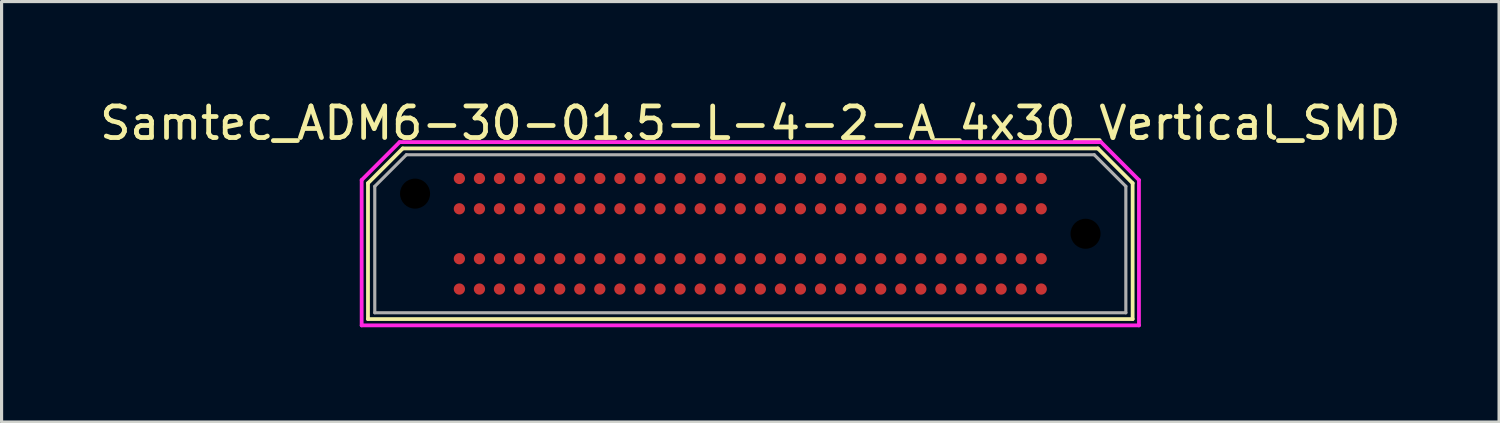
<source format=kicad_pcb>
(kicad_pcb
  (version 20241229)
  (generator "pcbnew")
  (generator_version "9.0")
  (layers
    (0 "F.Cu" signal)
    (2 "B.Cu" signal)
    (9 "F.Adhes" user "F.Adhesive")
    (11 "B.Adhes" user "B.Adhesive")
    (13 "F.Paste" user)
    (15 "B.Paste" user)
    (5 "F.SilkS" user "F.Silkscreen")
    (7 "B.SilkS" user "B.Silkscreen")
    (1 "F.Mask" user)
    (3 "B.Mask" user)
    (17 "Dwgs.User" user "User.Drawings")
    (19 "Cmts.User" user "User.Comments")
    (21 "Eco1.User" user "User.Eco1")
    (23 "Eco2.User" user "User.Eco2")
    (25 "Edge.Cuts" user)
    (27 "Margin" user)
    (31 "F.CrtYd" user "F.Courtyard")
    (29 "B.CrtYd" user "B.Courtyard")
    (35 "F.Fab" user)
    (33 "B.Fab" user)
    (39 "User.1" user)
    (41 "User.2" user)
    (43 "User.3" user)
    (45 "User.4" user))
  (footprint "Samtec_ADM6-30-01.5-L-4-2-A_4x30_Vertical_SMD"
    (layer "F.Cu")
    (at 20.696 4.348)
    (property "Reference" "Samtec_ADM6-30-01.5-L-4-2-A_4x30_Vertical_SMD" (at 0 -3.5 0) (unlocked yes) (layer "F.SilkS") (effects (font (size 1 1) (thickness 0.15))))
    (fp_line (start -12.1 -1.6) (end -12.1 2.7) (stroke (width 0.12) (type solid)) (layer "F.SilkS"))
    (fp_line (start -12.1 2.7) (end 12.1 2.7) (stroke (width 0.12) (type solid)) (layer "F.SilkS"))
    (fp_line (start -11 -2.7) (end -12.1 -1.6) (stroke (width 0.12) (type solid)) (layer "F.SilkS"))
    (fp_line (start 11 -2.7) (end -11 -2.7) (stroke (width 0.12) (type solid)) (layer "F.SilkS"))
    (fp_line (start 12.1 -1.6) (end 11 -2.7) (stroke (width 0.12) (type solid)) (layer "F.SilkS"))
    (fp_line (start 12.1 2.7) (end 12.1 -1.6) (stroke (width 0.12) (type solid)) (layer "F.SilkS"))
    (fp_line (start -12.3 -1.7) (end -11.1 -2.9) (stroke (width 0.12) (type solid)) (layer "F.CrtYd"))
    (fp_line (start -12.3 2.9) (end -12.3 -1.7) (stroke (width 0.12) (type solid)) (layer "F.CrtYd"))
    (fp_line (start -11.1 -2.9) (end 11.1 -2.9) (stroke (width 0.12) (type solid)) (layer "F.CrtYd"))
    (fp_line (start 11.1 -2.9) (end 12.3 -1.7) (stroke (width 0.12) (type solid)) (layer "F.CrtYd"))
    (fp_line (start 12.3 -1.7) (end 12.3 2.9) (stroke (width 0.12) (type solid)) (layer "F.CrtYd"))
    (fp_line (start 12.3 2.9) (end -12.3 2.9) (stroke (width 0.12) (type solid)) (layer "F.CrtYd"))
    (fp_line (start -11.885 2.5) (end -11.885 -1.5) (stroke (width 0.1) (type solid)) (layer "F.Fab"))
    (fp_line (start -11.885 2.5) (end 11.885 2.5) (stroke (width 0.1) (type solid)) (layer "F.Fab"))
    (fp_line (start -10.885 -2.5) (end -11.885 -1.5) (stroke (width 0.1) (type solid)) (layer "F.Fab"))
    (fp_line (start -10.885 -2.5) (end 10.885 -2.5) (stroke (width 0.1) (type solid)) (layer "F.Fab"))
    (fp_line (start 10.885 -2.5) (end 11.885 -1.5) (stroke (width 0.1) (type solid)) (layer "F.Fab"))
    (fp_line (start 11.885 2.5) (end 11.885 -1.5) (stroke (width 0.1) (type solid)) (layer "F.Fab"))
    (pad "" np_thru_hole circle (at -10.61 -1.27) (size 1.05 1.05) (drill 0.95) (layers "*.Mask"))
    (pad "" np_thru_hole circle (at 10.61 0) (size 1.05 1.05) (drill 0.95) (layers "*.Mask"))
    (pad "A1" smd circle (at 9.207 -1.75) (size 0.356 0.356) (layers "F.Cu" "F.Mask" "F.Paste"))
    (pad "A2" smd circle (at 8.572 -1.75) (size 0.356 0.356) (layers "F.Cu" "F.Mask" "F.Paste"))
    (pad "A3" smd circle (at 7.938 -1.75) (size 0.356 0.356) (layers "F.Cu" "F.Mask" "F.Paste"))
    (pad "A4" smd circle (at 7.303 -1.75) (size 0.356 0.356) (layers "F.Cu" "F.Mask" "F.Paste"))
    (pad "A5" smd circle (at 6.668 -1.75) (size 0.356 0.356) (layers "F.Cu" "F.Mask" "F.Paste"))
    (pad "A6" smd circle (at 6.032 -1.75) (size 0.356 0.356) (layers "F.Cu" "F.Mask" "F.Paste"))
    (pad "A7" smd circle (at 5.397 -1.75) (size 0.356 0.356) (layers "F.Cu" "F.Mask" "F.Paste"))
    (pad "A8" smd circle (at 4.763 -1.75) (size 0.356 0.356) (layers "F.Cu" "F.Mask" "F.Paste"))
    (pad "A9" smd circle (at 4.128 -1.75) (size 0.356 0.356) (layers "F.Cu" "F.Mask" "F.Paste"))
    (pad "A10" smd circle (at 3.493 -1.75) (size 0.356 0.356) (layers "F.Cu" "F.Mask" "F.Paste"))
    (pad "A11" smd circle (at 2.857 -1.75) (size 0.356 0.356) (layers "F.Cu" "F.Mask" "F.Paste"))
    (pad "A12" smd circle (at 2.223 -1.75) (size 0.356 0.356) (layers "F.Cu" "F.Mask" "F.Paste"))
    (pad "A13" smd circle (at 1.587 -1.75) (size 0.356 0.356) (layers "F.Cu" "F.Mask" "F.Paste"))
    (pad "A14" smd circle (at 0.953 -1.75) (size 0.356 0.356) (layers "F.Cu" "F.Mask" "F.Paste"))
    (pad "A15" smd circle (at 0.318 -1.75) (size 0.356 0.356) (layers "F.Cu" "F.Mask" "F.Paste"))
    (pad "A16" smd circle (at -0.318 -1.75) (size 0.356 0.356) (layers "F.Cu" "F.Mask" "F.Paste"))
    (pad "A17" smd circle (at -0.953 -1.75) (size 0.356 0.356) (layers "F.Cu" "F.Mask" "F.Paste"))
    (pad "A18" smd circle (at -1.587 -1.75) (size 0.356 0.356) (layers "F.Cu" "F.Mask" "F.Paste"))
    (pad "A19" smd circle (at -2.223 -1.75) (size 0.356 0.356) (layers "F.Cu" "F.Mask" "F.Paste"))
    (pad "A20" smd circle (at -2.857 -1.75) (size 0.356 0.356) (layers "F.Cu" "F.Mask" "F.Paste"))
    (pad "A21" smd circle (at -3.493 -1.75) (size 0.356 0.356) (layers "F.Cu" "F.Mask" "F.Paste"))
    (pad "A22" smd circle (at -4.128 -1.75) (size 0.356 0.356) (layers "F.Cu" "F.Mask" "F.Paste"))
    (pad "A23" smd circle (at -4.763 -1.75) (size 0.356 0.356) (layers "F.Cu" "F.Mask" "F.Paste"))
    (pad "A24" smd circle (at -5.397 -1.75) (size 0.356 0.356) (layers "F.Cu" "F.Mask" "F.Paste"))
    (pad "A25" smd circle (at -6.032 -1.75) (size 0.356 0.356) (layers "F.Cu" "F.Mask" "F.Paste"))
    (pad "A26" smd circle (at -6.668 -1.75) (size 0.356 0.356) (layers "F.Cu" "F.Mask" "F.Paste"))
    (pad "A27" smd circle (at -7.303 -1.75) (size 0.356 0.356) (layers "F.Cu" "F.Mask" "F.Paste"))
    (pad "A28" smd circle (at -7.938 -1.75) (size 0.356 0.356) (layers "F.Cu" "F.Mask" "F.Paste"))
    (pad "A29" smd circle (at -8.572 -1.75) (size 0.356 0.356) (layers "F.Cu" "F.Mask" "F.Paste"))
    (pad "A30" smd circle (at -9.207 -1.75) (size 0.356 0.356) (layers "F.Cu" "F.Mask" "F.Paste"))
    (pad "B1" smd circle (at 9.207 -0.79) (size 0.356 0.356) (layers "F.Cu" "F.Mask" "F.Paste"))
    (pad "B2" smd circle (at 8.572 -0.79) (size 0.356 0.356) (layers "F.Cu" "F.Mask" "F.Paste"))
    (pad "B3" smd circle (at 7.938 -0.79) (size 0.356 0.356) (layers "F.Cu" "F.Mask" "F.Paste"))
    (pad "B4" smd circle (at 7.303 -0.79) (size 0.356 0.356) (layers "F.Cu" "F.Mask" "F.Paste"))
    (pad "B5" smd circle (at 6.668 -0.79) (size 0.356 0.356) (layers "F.Cu" "F.Mask" "F.Paste"))
    (pad "B6" smd circle (at 6.032 -0.79) (size 0.356 0.356) (layers "F.Cu" "F.Mask" "F.Paste"))
    (pad "B7" smd circle (at 5.397 -0.79) (size 0.356 0.356) (layers "F.Cu" "F.Mask" "F.Paste"))
    (pad "B8" smd circle (at 4.763 -0.79) (size 0.356 0.356) (layers "F.Cu" "F.Mask" "F.Paste"))
    (pad "B9" smd circle (at 4.128 -0.79) (size 0.356 0.356) (layers "F.Cu" "F.Mask" "F.Paste"))
    (pad "B10" smd circle (at 3.493 -0.79) (size 0.356 0.356) (layers "F.Cu" "F.Mask" "F.Paste"))
    (pad "B11" smd circle (at 2.857 -0.79) (size 0.356 0.356) (layers "F.Cu" "F.Mask" "F.Paste"))
    (pad "B12" smd circle (at 2.223 -0.79) (size 0.356 0.356) (layers "F.Cu" "F.Mask" "F.Paste"))
    (pad "B13" smd circle (at 1.587 -0.79) (size 0.356 0.356) (layers "F.Cu" "F.Mask" "F.Paste"))
    (pad "B14" smd circle (at 0.953 -0.79) (size 0.356 0.356) (layers "F.Cu" "F.Mask" "F.Paste"))
    (pad "B15" smd circle (at 0.318 -0.79) (size 0.356 0.356) (layers "F.Cu" "F.Mask" "F.Paste"))
    (pad "B16" smd circle (at -0.318 -0.79) (size 0.356 0.356) (layers "F.Cu" "F.Mask" "F.Paste"))
    (pad "B17" smd circle (at -0.953 -0.79) (size 0.356 0.356) (layers "F.Cu" "F.Mask" "F.Paste"))
    (pad "B18" smd circle (at -1.587 -0.79) (size 0.356 0.356) (layers "F.Cu" "F.Mask" "F.Paste"))
    (pad "B19" smd circle (at -2.223 -0.79) (size 0.356 0.356) (layers "F.Cu" "F.Mask" "F.Paste"))
    (pad "B20" smd circle (at -2.857 -0.79) (size 0.356 0.356) (layers "F.Cu" "F.Mask" "F.Paste"))
    (pad "B21" smd circle (at -3.493 -0.79) (size 0.356 0.356) (layers "F.Cu" "F.Mask" "F.Paste"))
    (pad "B22" smd circle (at -4.128 -0.79) (size 0.356 0.356) (layers "F.Cu" "F.Mask" "F.Paste"))
    (pad "B23" smd circle (at -4.763 -0.79) (size 0.356 0.356) (layers "F.Cu" "F.Mask" "F.Paste"))
    (pad "B24" smd circle (at -5.397 -0.79) (size 0.356 0.356) (layers "F.Cu" "F.Mask" "F.Paste"))
    (pad "B25" smd circle (at -6.032 -0.79) (size 0.356 0.356) (layers "F.Cu" "F.Mask" "F.Paste"))
    (pad "B26" smd circle (at -6.668 -0.79) (size 0.356 0.356) (layers "F.Cu" "F.Mask" "F.Paste"))
    (pad "B27" smd circle (at -7.303 -0.79) (size 0.356 0.356) (layers "F.Cu" "F.Mask" "F.Paste"))
    (pad "B28" smd circle (at -7.938 -0.79) (size 0.356 0.356) (layers "F.Cu" "F.Mask" "F.Paste"))
    (pad "B29" smd circle (at -8.572 -0.79) (size 0.356 0.356) (layers "F.Cu" "F.Mask" "F.Paste"))
    (pad "B30" smd circle (at -9.207 -0.79) (size 0.356 0.356) (layers "F.Cu" "F.Mask" "F.Paste"))
    (pad "C1" smd circle (at 9.207 0.79) (size 0.356 0.356) (layers "F.Cu" "F.Mask" "F.Paste"))
    (pad "C2" smd circle (at 8.572 0.79) (size 0.356 0.356) (layers "F.Cu" "F.Mask" "F.Paste"))
    (pad "C3" smd circle (at 7.938 0.79) (size 0.356 0.356) (layers "F.Cu" "F.Mask" "F.Paste"))
    (pad "C4" smd circle (at 7.303 0.79) (size 0.356 0.356) (layers "F.Cu" "F.Mask" "F.Paste"))
    (pad "C5" smd circle (at 6.668 0.79) (size 0.356 0.356) (layers "F.Cu" "F.Mask" "F.Paste"))
    (pad "C6" smd circle (at 6.032 0.79) (size 0.356 0.356) (layers "F.Cu" "F.Mask" "F.Paste"))
    (pad "C7" smd circle (at 5.397 0.79) (size 0.356 0.356) (layers "F.Cu" "F.Mask" "F.Paste"))
    (pad "C8" smd circle (at 4.763 0.79) (size 0.356 0.356) (layers "F.Cu" "F.Mask" "F.Paste"))
    (pad "C9" smd circle (at 4.128 0.79) (size 0.356 0.356) (layers "F.Cu" "F.Mask" "F.Paste"))
    (pad "C10" smd circle (at 3.493 0.79) (size 0.356 0.356) (layers "F.Cu" "F.Mask" "F.Paste"))
    (pad "C11" smd circle (at 2.857 0.79) (size 0.356 0.356) (layers "F.Cu" "F.Mask" "F.Paste"))
    (pad "C12" smd circle (at 2.223 0.79) (size 0.356 0.356) (layers "F.Cu" "F.Mask" "F.Paste"))
    (pad "C13" smd circle (at 1.587 0.79) (size 0.356 0.356) (layers "F.Cu" "F.Mask" "F.Paste"))
    (pad "C14" smd circle (at 0.953 0.79) (size 0.356 0.356) (layers "F.Cu" "F.Mask" "F.Paste"))
    (pad "C15" smd circle (at 0.318 0.79) (size 0.356 0.356) (layers "F.Cu" "F.Mask" "F.Paste"))
    (pad "C16" smd circle (at -0.318 0.79) (size 0.356 0.356) (layers "F.Cu" "F.Mask" "F.Paste"))
    (pad "C17" smd circle (at -0.953 0.79) (size 0.356 0.356) (layers "F.Cu" "F.Mask" "F.Paste"))
    (pad "C18" smd circle (at -1.587 0.79) (size 0.356 0.356) (layers "F.Cu" "F.Mask" "F.Paste"))
    (pad "C19" smd circle (at -2.223 0.79) (size 0.356 0.356) (layers "F.Cu" "F.Mask" "F.Paste"))
    (pad "C20" smd circle (at -2.857 0.79) (size 0.356 0.356) (layers "F.Cu" "F.Mask" "F.Paste"))
    (pad "C21" smd circle (at -3.493 0.79) (size 0.356 0.356) (layers "F.Cu" "F.Mask" "F.Paste"))
    (pad "C22" smd circle (at -4.128 0.79) (size 0.356 0.356) (layers "F.Cu" "F.Mask" "F.Paste"))
    (pad "C23" smd circle (at -4.763 0.79) (size 0.356 0.356) (layers "F.Cu" "F.Mask" "F.Paste"))
    (pad "C24" smd circle (at -5.397 0.79) (size 0.356 0.356) (layers "F.Cu" "F.Mask" "F.Paste"))
    (pad "C25" smd circle (at -6.032 0.79) (size 0.356 0.356) (layers "F.Cu" "F.Mask" "F.Paste"))
    (pad "C26" smd circle (at -6.668 0.79) (size 0.356 0.356) (layers "F.Cu" "F.Mask" "F.Paste"))
    (pad "C27" smd circle (at -7.303 0.79) (size 0.356 0.356) (layers "F.Cu" "F.Mask" "F.Paste"))
    (pad "C28" smd circle (at -7.938 0.79) (size 0.356 0.356) (layers "F.Cu" "F.Mask" "F.Paste"))
    (pad "C29" smd circle (at -8.572 0.79) (size 0.356 0.356) (layers "F.Cu" "F.Mask" "F.Paste"))
    (pad "C30" smd circle (at -9.207 0.79) (size 0.356 0.356) (layers "F.Cu" "F.Mask" "F.Paste"))
    (pad "D1" smd circle (at 9.207 1.75) (size 0.356 0.356) (layers "F.Cu" "F.Mask" "F.Paste"))
    (pad "D2" smd circle (at 8.572 1.75) (size 0.356 0.356) (layers "F.Cu" "F.Mask" "F.Paste"))
    (pad "D3" smd circle (at 7.938 1.75) (size 0.356 0.356) (layers "F.Cu" "F.Mask" "F.Paste"))
    (pad "D4" smd circle (at 7.303 1.75) (size 0.356 0.356) (layers "F.Cu" "F.Mask" "F.Paste"))
    (pad "D5" smd circle (at 6.668 1.75) (size 0.356 0.356) (layers "F.Cu" "F.Mask" "F.Paste"))
    (pad "D6" smd circle (at 6.032 1.75) (size 0.356 0.356) (layers "F.Cu" "F.Mask" "F.Paste"))
    (pad "D7" smd circle (at 5.397 1.75) (size 0.356 0.356) (layers "F.Cu" "F.Mask" "F.Paste"))
    (pad "D8" smd circle (at 4.763 1.75) (size 0.356 0.356) (layers "F.Cu" "F.Mask" "F.Paste"))
    (pad "D9" smd circle (at 4.128 1.75) (size 0.356 0.356) (layers "F.Cu" "F.Mask" "F.Paste"))
    (pad "D10" smd circle (at 3.493 1.75) (size 0.356 0.356) (layers "F.Cu" "F.Mask" "F.Paste"))
    (pad "D11" smd circle (at 2.857 1.75) (size 0.356 0.356) (layers "F.Cu" "F.Mask" "F.Paste"))
    (pad "D12" smd circle (at 2.223 1.75) (size 0.356 0.356) (layers "F.Cu" "F.Mask" "F.Paste"))
    (pad "D13" smd circle (at 1.587 1.75) (size 0.356 0.356) (layers "F.Cu" "F.Mask" "F.Paste"))
    (pad "D14" smd circle (at 0.953 1.75) (size 0.356 0.356) (layers "F.Cu" "F.Mask" "F.Paste"))
    (pad "D15" smd circle (at 0.318 1.75) (size 0.356 0.356) (layers "F.Cu" "F.Mask" "F.Paste"))
    (pad "D16" smd circle (at -0.318 1.75) (size 0.356 0.356) (layers "F.Cu" "F.Mask" "F.Paste"))
    (pad "D17" smd circle (at -0.953 1.75) (size 0.356 0.356) (layers "F.Cu" "F.Mask" "F.Paste"))
    (pad "D18" smd circle (at -1.587 1.75) (size 0.356 0.356) (layers "F.Cu" "F.Mask" "F.Paste"))
    (pad "D19" smd circle (at -2.223 1.75) (size 0.356 0.356) (layers "F.Cu" "F.Mask" "F.Paste"))
    (pad "D20" smd circle (at -2.857 1.75) (size 0.356 0.356) (layers "F.Cu" "F.Mask" "F.Paste"))
    (pad "D21" smd circle (at -3.493 1.75) (size 0.356 0.356) (layers "F.Cu" "F.Mask" "F.Paste"))
    (pad "D22" smd circle (at -4.128 1.75) (size 0.356 0.356) (layers "F.Cu" "F.Mask" "F.Paste"))
    (pad "D23" smd circle (at -4.763 1.75) (size 0.356 0.356) (layers "F.Cu" "F.Mask" "F.Paste"))
    (pad "D24" smd circle (at -5.397 1.75) (size 0.356 0.356) (layers "F.Cu" "F.Mask" "F.Paste"))
    (pad "D25" smd circle (at -6.032 1.75) (size 0.356 0.356) (layers "F.Cu" "F.Mask" "F.Paste"))
    (pad "D26" smd circle (at -6.668 1.75) (size 0.356 0.356) (layers "F.Cu" "F.Mask" "F.Paste"))
    (pad "D27" smd circle (at -7.303 1.75) (size 0.356 0.356) (layers "F.Cu" "F.Mask" "F.Paste"))
    (pad "D28" smd circle (at -7.938 1.75) (size 0.356 0.356) (layers "F.Cu" "F.Mask" "F.Paste"))
    (pad "D29" smd circle (at -8.572 1.75) (size 0.356 0.356) (layers "F.Cu" "F.Mask" "F.Paste"))
    (pad "D30" smd circle (at -9.207 1.75) (size 0.356 0.356) (layers "F.Cu" "F.Mask" "F.Paste")))
  (gr_rect
    (start -3 -3)
    (end 44.393 10.308)
    (stroke (width 0.1) (type default))
    (fill no)
    (layer "Edge.Cuts")))
</source>
